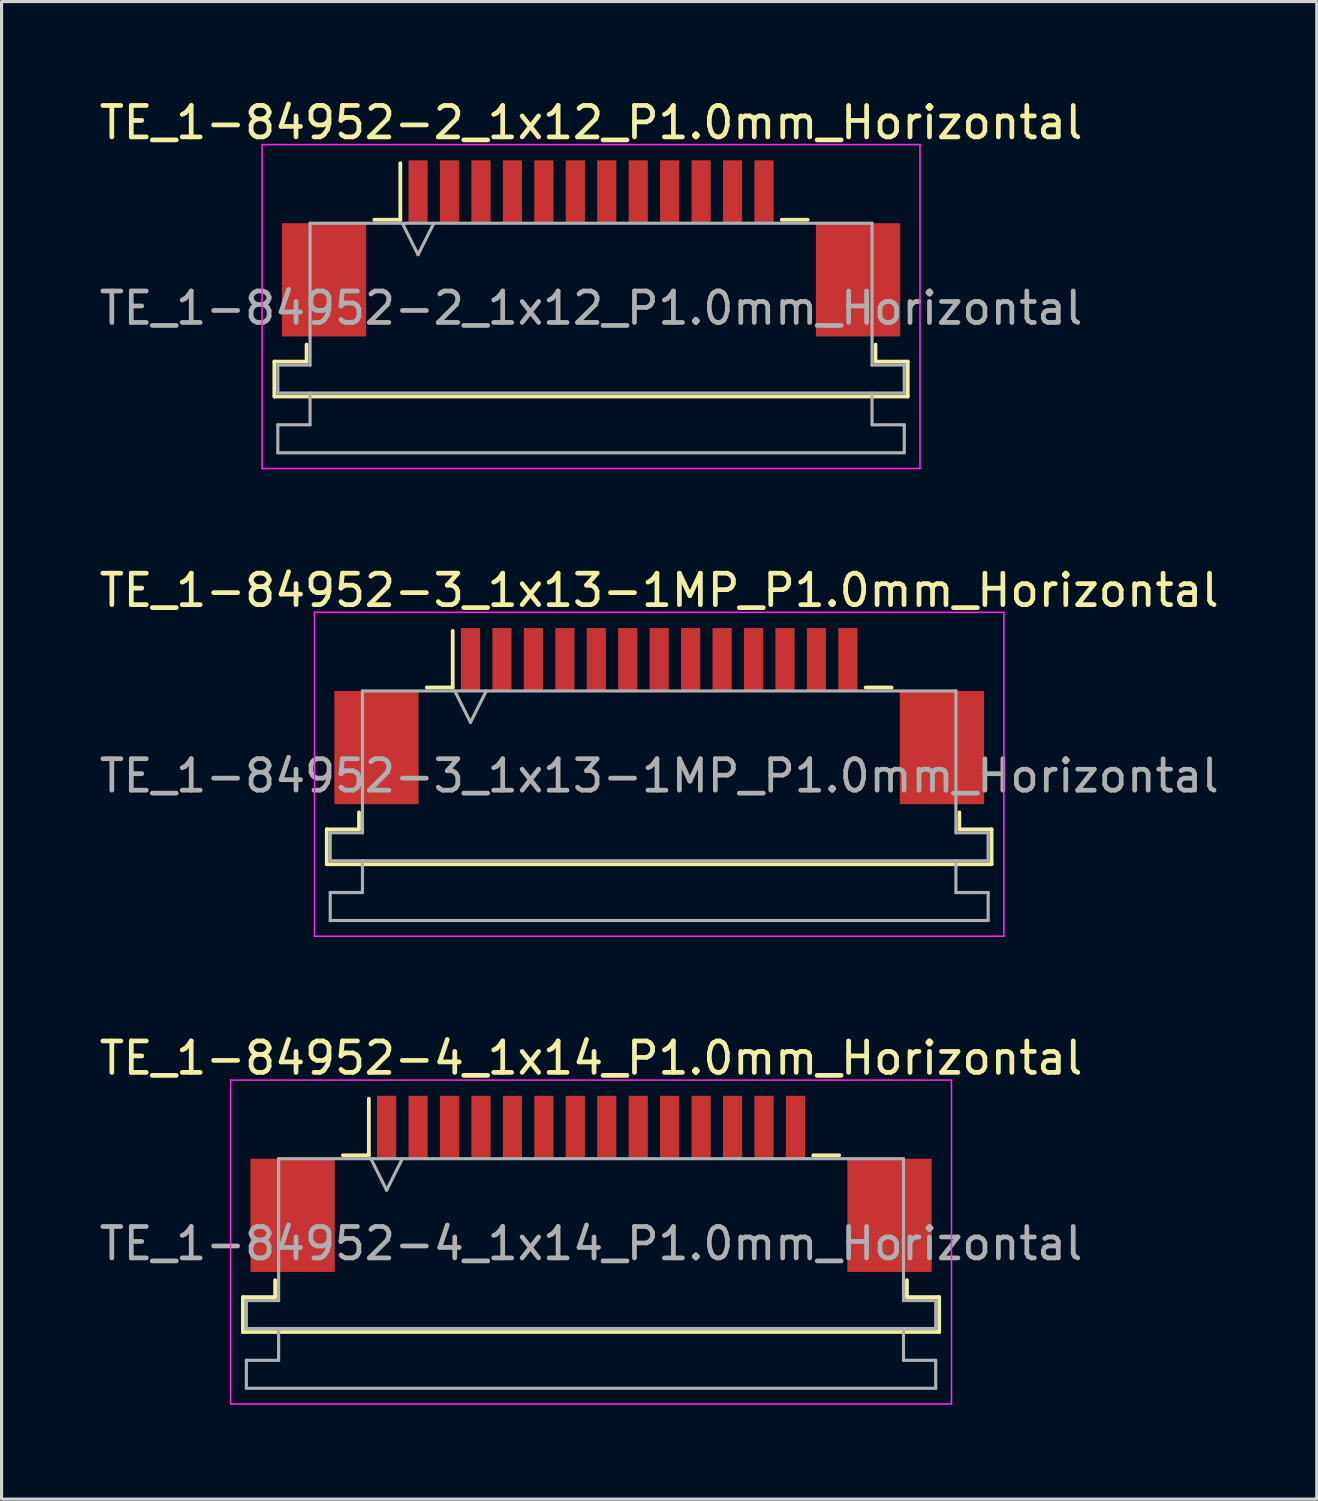
<source format=kicad_pcb>
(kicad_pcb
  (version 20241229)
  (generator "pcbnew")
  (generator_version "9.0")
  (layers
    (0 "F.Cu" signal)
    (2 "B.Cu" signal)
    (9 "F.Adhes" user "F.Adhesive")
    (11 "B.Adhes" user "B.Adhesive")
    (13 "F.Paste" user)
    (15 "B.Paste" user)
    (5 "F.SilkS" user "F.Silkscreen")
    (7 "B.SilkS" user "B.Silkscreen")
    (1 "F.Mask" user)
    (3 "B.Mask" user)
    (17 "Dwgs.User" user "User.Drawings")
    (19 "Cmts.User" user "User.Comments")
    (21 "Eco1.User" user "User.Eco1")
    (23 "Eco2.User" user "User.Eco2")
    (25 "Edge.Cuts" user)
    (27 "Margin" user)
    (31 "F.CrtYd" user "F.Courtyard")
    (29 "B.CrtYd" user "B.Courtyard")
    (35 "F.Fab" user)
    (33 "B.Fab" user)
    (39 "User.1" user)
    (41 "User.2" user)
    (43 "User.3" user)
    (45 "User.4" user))
  (footprint "TE_1-84952-2_1x12_P1.0mm_Horizontal"
    (layer "F.Cu")
    (at 15.744 4.848)
    (property "Reference" "TE_1-84952-2_1x12_P1.0mm_Horizontal" (at 0 -4 0) (layer "F.SilkS") (effects (font (size 1 1) (thickness 0.15))))
    (attr smd)
    (fp_line (start -10.07 3.6) (end -9.045 3.6) (stroke (width 0.12) (type solid)) (layer "F.SilkS"))
    (fp_line (start -10.07 4.71) (end -10.07 3.6) (stroke (width 0.12) (type solid)) (layer "F.SilkS"))
    (fp_line (start -9.045 3.6) (end -9.045 3.06) (stroke (width 0.12) (type solid)) (layer "F.SilkS"))
    (fp_line (start -6.89 -0.91) (end -6.065 -0.91) (stroke (width 0.12) (type solid)) (layer "F.SilkS"))
    (fp_line (start -6.065 -0.91) (end -6.065 -2.71) (stroke (width 0.12) (type solid)) (layer "F.SilkS"))
    (fp_line (start 6.065 -0.91) (end 6.89 -0.91) (stroke (width 0.12) (type solid)) (layer "F.SilkS"))
    (fp_line (start 9.045 3.06) (end 9.045 3.6) (stroke (width 0.12) (type solid)) (layer "F.SilkS"))
    (fp_line (start 9.045 3.6) (end 10.07 3.6) (stroke (width 0.12) (type solid)) (layer "F.SilkS"))
    (fp_line (start 10.07 3.6) (end 10.07 4.71) (stroke (width 0.12) (type solid)) (layer "F.SilkS"))
    (fp_line (start 10.07 4.71) (end -10.07 4.71) (stroke (width 0.12) (type solid)) (layer "F.SilkS"))
    (fp_line (start -10.46 -3.3) (end -10.46 7) (stroke (width 0.05) (type solid)) (layer "F.CrtYd"))
    (fp_line (start -10.46 7) (end 10.46 7) (stroke (width 0.05) (type solid)) (layer "F.CrtYd"))
    (fp_line (start 10.46 -3.3) (end -10.46 -3.3) (stroke (width 0.05) (type solid)) (layer "F.CrtYd"))
    (fp_line (start 10.46 7) (end 10.46 -3.3) (stroke (width 0.05) (type solid)) (layer "F.CrtYd"))
    (fp_line (start -9.96 3.71) (end -8.935 3.71) (stroke (width 0.1) (type solid)) (layer "F.Fab"))
    (fp_line (start -9.96 4.6) (end -9.96 3.71) (stroke (width 0.1) (type solid)) (layer "F.Fab"))
    (fp_line (start -9.96 5.61) (end -8.935 5.61) (stroke (width 0.1) (type solid)) (layer "F.Fab"))
    (fp_line (start -9.96 6.5) (end -9.96 5.61) (stroke (width 0.1) (type solid)) (layer "F.Fab"))
    (fp_line (start -8.935 -0.8) (end 8.935 -0.8) (stroke (width 0.1) (type solid)) (layer "F.Fab"))
    (fp_line (start -8.935 3.71) (end -8.935 -0.8) (stroke (width 0.1) (type solid)) (layer "F.Fab"))
    (fp_line (start -8.935 5.61) (end -8.935 4.6) (stroke (width 0.1) (type solid)) (layer "F.Fab"))
    (fp_line (start -6 -0.8) (end -5.5 0.2) (stroke (width 0.1) (type solid)) (layer "F.Fab"))
    (fp_line (start -5.5 0.2) (end -5 -0.8) (stroke (width 0.1) (type solid)) (layer "F.Fab"))
    (fp_line (start 8.935 -0.8) (end 8.935 3.71) (stroke (width 0.1) (type solid)) (layer "F.Fab"))
    (fp_line (start 8.935 3.71) (end 9.96 3.71) (stroke (width 0.1) (type solid)) (layer "F.Fab"))
    (fp_line (start 8.935 4.6) (end 8.935 5.61) (stroke (width 0.1) (type solid)) (layer "F.Fab"))
    (fp_line (start 8.935 5.61) (end 9.96 5.61) (stroke (width 0.1) (type solid)) (layer "F.Fab"))
    (fp_line (start 9.96 3.71) (end 9.96 4.6) (stroke (width 0.1) (type solid)) (layer "F.Fab"))
    (fp_line (start 9.96 4.6) (end -9.96 4.6) (stroke (width 0.1) (type solid)) (layer "F.Fab"))
    (fp_line (start 9.96 5.61) (end 9.96 6.5) (stroke (width 0.1) (type solid)) (layer "F.Fab"))
    (fp_line (start 9.96 6.5) (end -9.96 6.5) (stroke (width 0.1) (type solid)) (layer "F.Fab"))
    (fp_text user "${REFERENCE}" (at 0 1.9 0) (layer "F.Fab") (effects (font (size 1 1) (thickness 0.15))))
    (pad "" smd rect (at -8.49 1) (size 2.68 3.6) (layers "F.Cu" "F.Mask" "F.Paste"))
    (pad "" smd rect (at 8.49 1) (size 2.68 3.6) (layers "F.Cu" "F.Mask" "F.Paste"))
    (pad "1" smd rect (at -5.5 -1.8) (size 0.61 2) (layers "F.Cu" "F.Mask" "F.Paste"))
    (pad "2" smd rect (at -4.5 -1.8) (size 0.61 2) (layers "F.Cu" "F.Mask" "F.Paste"))
    (pad "3" smd rect (at -3.5 -1.8) (size 0.61 2) (layers "F.Cu" "F.Mask" "F.Paste"))
    (pad "4" smd rect (at -2.5 -1.8) (size 0.61 2) (layers "F.Cu" "F.Mask" "F.Paste"))
    (pad "5" smd rect (at -1.5 -1.8) (size 0.61 2) (layers "F.Cu" "F.Mask" "F.Paste"))
    (pad "6" smd rect (at -0.5 -1.8) (size 0.61 2) (layers "F.Cu" "F.Mask" "F.Paste"))
    (pad "7" smd rect (at 0.5 -1.8) (size 0.61 2) (layers "F.Cu" "F.Mask" "F.Paste"))
    (pad "8" smd rect (at 1.5 -1.8) (size 0.61 2) (layers "F.Cu" "F.Mask" "F.Paste"))
    (pad "9" smd rect (at 2.5 -1.8) (size 0.61 2) (layers "F.Cu" "F.Mask" "F.Paste"))
    (pad "10" smd rect (at 3.5 -1.8) (size 0.61 2) (layers "F.Cu" "F.Mask" "F.Paste"))
    (pad "11" smd rect (at 4.5 -1.8) (size 0.61 2) (layers "F.Cu" "F.Mask" "F.Paste"))
    (pad "12" smd rect (at 5.5 -1.8) (size 0.61 2) (layers "F.Cu" "F.Mask" "F.Paste")))
  (footprint "TE_1-84952-4_1x14_P1.0mm_Horizontal"
    (layer "F.Cu")
    (at 15.744 34.595)
    (property "Reference" "TE_1-84952-4_1x14_P1.0mm_Horizontal" (at 0 -4 0) (layer "F.SilkS") (effects (font (size 1 1) (thickness 0.15))))
    (attr smd)
    (fp_line (start -11.07 3.6) (end -10.045 3.6) (stroke (width 0.12) (type solid)) (layer "F.SilkS"))
    (fp_line (start -11.07 4.71) (end -11.07 3.6) (stroke (width 0.12) (type solid)) (layer "F.SilkS"))
    (fp_line (start -10.045 3.6) (end -10.045 3.06) (stroke (width 0.12) (type solid)) (layer "F.SilkS"))
    (fp_line (start -7.89 -0.91) (end -7.065 -0.91) (stroke (width 0.12) (type solid)) (layer "F.SilkS"))
    (fp_line (start -7.065 -0.91) (end -7.065 -2.71) (stroke (width 0.12) (type solid)) (layer "F.SilkS"))
    (fp_line (start 7.065 -0.91) (end 7.89 -0.91) (stroke (width 0.12) (type solid)) (layer "F.SilkS"))
    (fp_line (start 10.045 3.06) (end 10.045 3.6) (stroke (width 0.12) (type solid)) (layer "F.SilkS"))
    (fp_line (start 10.045 3.6) (end 11.07 3.6) (stroke (width 0.12) (type solid)) (layer "F.SilkS"))
    (fp_line (start 11.07 3.6) (end 11.07 4.71) (stroke (width 0.12) (type solid)) (layer "F.SilkS"))
    (fp_line (start 11.07 4.71) (end -11.07 4.71) (stroke (width 0.12) (type solid)) (layer "F.SilkS"))
    (fp_line (start -11.46 -3.3) (end -11.46 7) (stroke (width 0.05) (type solid)) (layer "F.CrtYd"))
    (fp_line (start -11.46 7) (end 11.46 7) (stroke (width 0.05) (type solid)) (layer "F.CrtYd"))
    (fp_line (start 11.46 -3.3) (end -11.46 -3.3) (stroke (width 0.05) (type solid)) (layer "F.CrtYd"))
    (fp_line (start 11.46 7) (end 11.46 -3.3) (stroke (width 0.05) (type solid)) (layer "F.CrtYd"))
    (fp_line (start -10.96 3.71) (end -9.935 3.71) (stroke (width 0.1) (type solid)) (layer "F.Fab"))
    (fp_line (start -10.96 4.6) (end -10.96 3.71) (stroke (width 0.1) (type solid)) (layer "F.Fab"))
    (fp_line (start -10.96 5.61) (end -9.935 5.61) (stroke (width 0.1) (type solid)) (layer "F.Fab"))
    (fp_line (start -10.96 6.5) (end -10.96 5.61) (stroke (width 0.1) (type solid)) (layer "F.Fab"))
    (fp_line (start -9.935 -0.8) (end 9.935 -0.8) (stroke (width 0.1) (type solid)) (layer "F.Fab"))
    (fp_line (start -9.935 3.71) (end -9.935 -0.8) (stroke (width 0.1) (type solid)) (layer "F.Fab"))
    (fp_line (start -9.935 5.61) (end -9.935 4.6) (stroke (width 0.1) (type solid)) (layer "F.Fab"))
    (fp_line (start -7 -0.8) (end -6.5 0.2) (stroke (width 0.1) (type solid)) (layer "F.Fab"))
    (fp_line (start -6.5 0.2) (end -6 -0.8) (stroke (width 0.1) (type solid)) (layer "F.Fab"))
    (fp_line (start 9.935 -0.8) (end 9.935 3.71) (stroke (width 0.1) (type solid)) (layer "F.Fab"))
    (fp_line (start 9.935 3.71) (end 10.96 3.71) (stroke (width 0.1) (type solid)) (layer "F.Fab"))
    (fp_line (start 9.935 4.6) (end 9.935 5.61) (stroke (width 0.1) (type solid)) (layer "F.Fab"))
    (fp_line (start 9.935 5.61) (end 10.96 5.61) (stroke (width 0.1) (type solid)) (layer "F.Fab"))
    (fp_line (start 10.96 3.71) (end 10.96 4.6) (stroke (width 0.1) (type solid)) (layer "F.Fab"))
    (fp_line (start 10.96 4.6) (end -10.96 4.6) (stroke (width 0.1) (type solid)) (layer "F.Fab"))
    (fp_line (start 10.96 5.61) (end 10.96 6.5) (stroke (width 0.1) (type solid)) (layer "F.Fab"))
    (fp_line (start 10.96 6.5) (end -10.96 6.5) (stroke (width 0.1) (type solid)) (layer "F.Fab"))
    (fp_text user "${REFERENCE}" (at 0 1.9 0) (layer "F.Fab") (effects (font (size 1 1) (thickness 0.15))))
    (pad "" smd rect (at -9.49 1) (size 2.68 3.6) (layers "F.Cu" "F.Mask" "F.Paste"))
    (pad "" smd rect (at 9.49 1) (size 2.68 3.6) (layers "F.Cu" "F.Mask" "F.Paste"))
    (pad "1" smd rect (at -6.5 -1.8) (size 0.61 2) (layers "F.Cu" "F.Mask" "F.Paste"))
    (pad "2" smd rect (at -5.5 -1.8) (size 0.61 2) (layers "F.Cu" "F.Mask" "F.Paste"))
    (pad "3" smd rect (at -4.5 -1.8) (size 0.61 2) (layers "F.Cu" "F.Mask" "F.Paste"))
    (pad "4" smd rect (at -3.5 -1.8) (size 0.61 2) (layers "F.Cu" "F.Mask" "F.Paste"))
    (pad "5" smd rect (at -2.5 -1.8) (size 0.61 2) (layers "F.Cu" "F.Mask" "F.Paste"))
    (pad "6" smd rect (at -1.5 -1.8) (size 0.61 2) (layers "F.Cu" "F.Mask" "F.Paste"))
    (pad "7" smd rect (at -0.5 -1.8) (size 0.61 2) (layers "F.Cu" "F.Mask" "F.Paste"))
    (pad "8" smd rect (at 0.5 -1.8) (size 0.61 2) (layers "F.Cu" "F.Mask" "F.Paste"))
    (pad "9" smd rect (at 1.5 -1.8) (size 0.61 2) (layers "F.Cu" "F.Mask" "F.Paste"))
    (pad "10" smd rect (at 2.5 -1.8) (size 0.61 2) (layers "F.Cu" "F.Mask" "F.Paste"))
    (pad "11" smd rect (at 3.5 -1.8) (size 0.61 2) (layers "F.Cu" "F.Mask" "F.Paste"))
    (pad "12" smd rect (at 4.5 -1.8) (size 0.61 2) (layers "F.Cu" "F.Mask" "F.Paste"))
    (pad "13" smd rect (at 5.5 -1.8) (size 0.61 2) (layers "F.Cu" "F.Mask" "F.Paste"))
    (pad "14" smd rect (at 6.5 -1.8) (size 0.61 2) (layers "F.Cu" "F.Mask" "F.Paste")))
  (footprint "TE_1-84952-3_1x13-1MP_P1.0mm_Horizontal"
    (layer "F.Cu")
    (at 17.911 19.721)
    (property "Reference" "TE_1-84952-3_1x13-1MP_P1.0mm_Horizontal" (at 0 -4 0) (layer "F.SilkS") (effects (font (size 1 1) (thickness 0.15))))
    (attr smd)
    (fp_line (start -10.57 3.6) (end -9.545 3.6) (stroke (width 0.12) (type solid)) (layer "F.SilkS"))
    (fp_line (start -10.57 4.71) (end -10.57 3.6) (stroke (width 0.12) (type solid)) (layer "F.SilkS"))
    (fp_line (start -9.545 3.6) (end -9.545 3.06) (stroke (width 0.12) (type solid)) (layer "F.SilkS"))
    (fp_line (start -7.39 -0.91) (end -6.565 -0.91) (stroke (width 0.12) (type solid)) (layer "F.SilkS"))
    (fp_line (start -6.565 -0.91) (end -6.565 -2.71) (stroke (width 0.12) (type solid)) (layer "F.SilkS"))
    (fp_line (start 6.565 -0.91) (end 7.39 -0.91) (stroke (width 0.12) (type solid)) (layer "F.SilkS"))
    (fp_line (start 9.545 3.06) (end 9.545 3.6) (stroke (width 0.12) (type solid)) (layer "F.SilkS"))
    (fp_line (start 9.545 3.6) (end 10.57 3.6) (stroke (width 0.12) (type solid)) (layer "F.SilkS"))
    (fp_line (start 10.57 3.6) (end 10.57 4.71) (stroke (width 0.12) (type solid)) (layer "F.SilkS"))
    (fp_line (start 10.57 4.71) (end -10.57 4.71) (stroke (width 0.12) (type solid)) (layer "F.SilkS"))
    (fp_line (start -10.96 -3.3) (end -10.96 7) (stroke (width 0.05) (type solid)) (layer "F.CrtYd"))
    (fp_line (start -10.96 7) (end 10.96 7) (stroke (width 0.05) (type solid)) (layer "F.CrtYd"))
    (fp_line (start 10.96 -3.3) (end -10.96 -3.3) (stroke (width 0.05) (type solid)) (layer "F.CrtYd"))
    (fp_line (start 10.96 7) (end 10.96 -3.3) (stroke (width 0.05) (type solid)) (layer "F.CrtYd"))
    (fp_line (start -10.46 3.71) (end -9.435 3.71) (stroke (width 0.1) (type solid)) (layer "F.Fab"))
    (fp_line (start -10.46 4.6) (end -10.46 3.71) (stroke (width 0.1) (type solid)) (layer "F.Fab"))
    (fp_line (start -10.46 5.61) (end -9.435 5.61) (stroke (width 0.1) (type solid)) (layer "F.Fab"))
    (fp_line (start -10.46 6.5) (end -10.46 5.61) (stroke (width 0.1) (type solid)) (layer "F.Fab"))
    (fp_line (start -9.435 -0.8) (end 9.435 -0.8) (stroke (width 0.1) (type solid)) (layer "F.Fab"))
    (fp_line (start -9.435 3.71) (end -9.435 -0.8) (stroke (width 0.1) (type solid)) (layer "F.Fab"))
    (fp_line (start -9.435 5.61) (end -9.435 4.6) (stroke (width 0.1) (type solid)) (layer "F.Fab"))
    (fp_line (start -6.5 -0.8) (end -6 0.2) (stroke (width 0.1) (type solid)) (layer "F.Fab"))
    (fp_line (start -6 0.2) (end -5.5 -0.8) (stroke (width 0.1) (type solid)) (layer "F.Fab"))
    (fp_line (start 9.435 -0.8) (end 9.435 3.71) (stroke (width 0.1) (type solid)) (layer "F.Fab"))
    (fp_line (start 9.435 3.71) (end 10.46 3.71) (stroke (width 0.1) (type solid)) (layer "F.Fab"))
    (fp_line (start 9.435 4.6) (end 9.435 5.61) (stroke (width 0.1) (type solid)) (layer "F.Fab"))
    (fp_line (start 9.435 5.61) (end 10.46 5.61) (stroke (width 0.1) (type solid)) (layer "F.Fab"))
    (fp_line (start 10.46 3.71) (end 10.46 4.6) (stroke (width 0.1) (type solid)) (layer "F.Fab"))
    (fp_line (start 10.46 4.6) (end -10.46 4.6) (stroke (width 0.1) (type solid)) (layer "F.Fab"))
    (fp_line (start 10.46 5.61) (end 10.46 6.5) (stroke (width 0.1) (type solid)) (layer "F.Fab"))
    (fp_line (start 10.46 6.5) (end -10.46 6.5) (stroke (width 0.1) (type solid)) (layer "F.Fab"))
    (fp_text user "${REFERENCE}" (at 0 1.9 0) (layer "F.Fab") (effects (font (size 1 1) (thickness 0.15))))
    (pad "1" smd rect (at -6 -1.8) (size 0.61 2) (layers "F.Cu" "F.Mask" "F.Paste"))
    (pad "2" smd rect (at -5 -1.8) (size 0.61 2) (layers "F.Cu" "F.Mask" "F.Paste"))
    (pad "3" smd rect (at -4 -1.8) (size 0.61 2) (layers "F.Cu" "F.Mask" "F.Paste"))
    (pad "4" smd rect (at -3 -1.8) (size 0.61 2) (layers "F.Cu" "F.Mask" "F.Paste"))
    (pad "5" smd rect (at -2 -1.8) (size 0.61 2) (layers "F.Cu" "F.Mask" "F.Paste"))
    (pad "6" smd rect (at -1 -1.8) (size 0.61 2) (layers "F.Cu" "F.Mask" "F.Paste"))
    (pad "7" smd rect (at 0 -1.8) (size 0.61 2) (layers "F.Cu" "F.Mask" "F.Paste"))
    (pad "8" smd rect (at 1 -1.8) (size 0.61 2) (layers "F.Cu" "F.Mask" "F.Paste"))
    (pad "9" smd rect (at 2 -1.8) (size 0.61 2) (layers "F.Cu" "F.Mask" "F.Paste"))
    (pad "10" smd rect (at 3 -1.8) (size 0.61 2) (layers "F.Cu" "F.Mask" "F.Paste"))
    (pad "11" smd rect (at 4 -1.8) (size 0.61 2) (layers "F.Cu" "F.Mask" "F.Paste"))
    (pad "12" smd rect (at 5 -1.8) (size 0.61 2) (layers "F.Cu" "F.Mask" "F.Paste"))
    (pad "13" smd rect (at 6 -1.8) (size 0.61 2) (layers "F.Cu" "F.Mask" "F.Paste"))
    (pad "MP" smd rect (at -8.99 1) (size 2.68 3.6) (layers "F.Cu" "F.Mask" "F.Paste"))
    (pad "MP" smd rect (at 8.99 1) (size 2.68 3.6) (layers "F.Cu" "F.Mask" "F.Paste")))
  (gr_rect
    (start -3 -3)
    (end 38.821 44.62)
    (stroke (width 0.1) (type default))
    (fill no)
    (layer "Edge.Cuts")))
</source>
